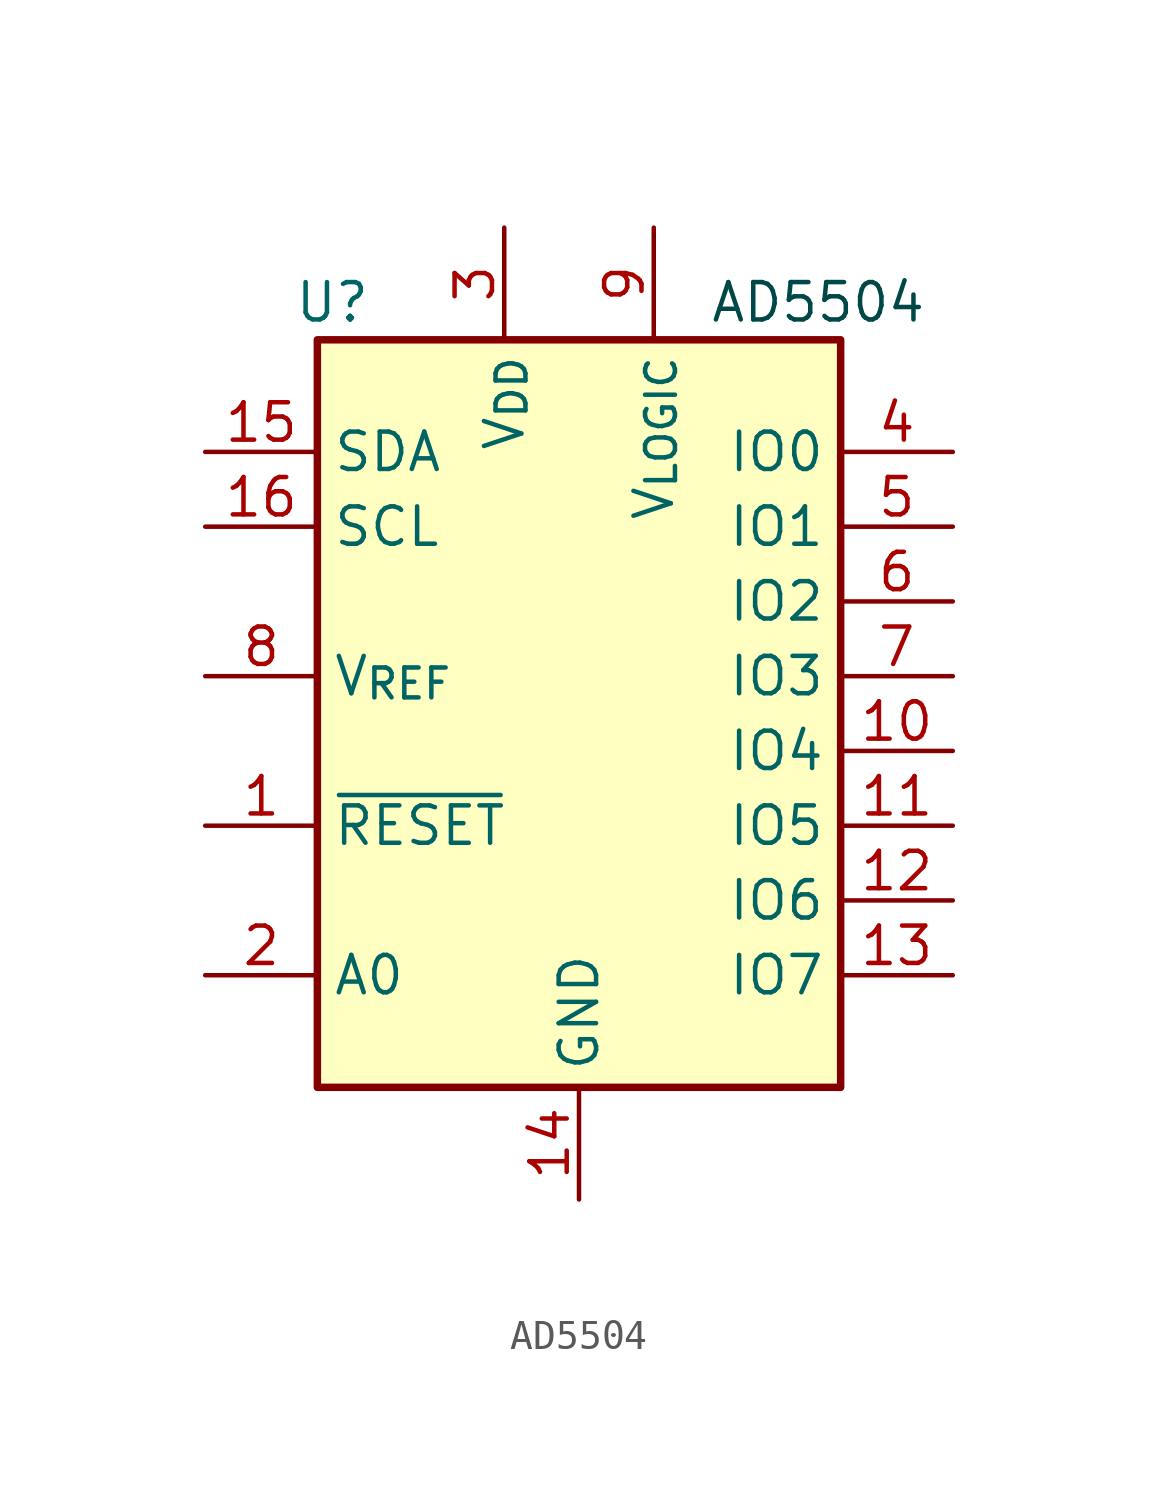
<source format=kicad_sym>
(kicad_symbol_lib
  (version 20231120)
  (generator "kicad_symbol_editor")
  (generator_version "8.0")
  (symbol "AD5504"
    (property "Reference" "U"
      (at -8.382 13.97 0)
      (effects (font (size 1.27 1.27))))
    (property "Value" ""
      (at 0 0 0)
      (effects (font (size 1.27 1.27))))
    (symbol "AD5504_0_1"
      (rectangle (start -8.89 12.7) (end 8.89 -12.7) (stroke (width 0.254) (type default)) (fill (type background))))
    (symbol "AD5504_1_1"
      (text "AD5504" (at 8.128 13.97 0) (effects (font (size 1.27 1.27) (color 0 72 72 1))))
      (pin input line (at -12.7 -3.81 0) (length 3.81) (name "~{RESET}" (effects (font (size 1.27 1.27)))) (number "1" (effects (font (size 1.27 1.27)))))
      (pin bidirectional line (at 12.7 -1.27 180) (length 3.81) (name "IO4" (effects (font (size 1.27 1.27)))) (number "10" (effects (font (size 1.27 1.27)))))
      (pin bidirectional line (at 12.7 -3.81 180) (length 3.81) (name "IO5" (effects (font (size 1.27 1.27)))) (number "11" (effects (font (size 1.27 1.27)))))
      (pin bidirectional line (at 12.7 -6.35 180) (length 3.81) (name "IO6" (effects (font (size 1.27 1.27)))) (number "12" (effects (font (size 1.27 1.27)))))
      (pin bidirectional line (at 12.7 -8.89 180) (length 3.81) (name "IO7" (effects (font (size 1.27 1.27)))) (number "13" (effects (font (size 1.27 1.27)))))
      (pin power_in line (at 0 -16.51 90) (length 3.81) (name "GND" (effects (font (size 1.27 1.27)))) (number "14" (effects (font (size 1.27 1.27)))))
      (pin bidirectional line (at -12.7 8.89 0) (length 3.81) (name "SDA" (effects (font (size 1.27 1.27)))) (number "15" (effects (font (size 1.27 1.27)))))
      (pin input line (at -12.7 6.35 0) (length 3.81) (name "SCL" (effects (font (size 1.27 1.27)))) (number "16" (effects (font (size 1.27 1.27)))))
      (pin input line (at -12.7 -8.89 0) (length 3.81) (name "A0" (effects (font (size 1.27 1.27)))) (number "2" (effects (font (size 1.27 1.27)))))
      (pin power_in line (at -2.54 16.51 270) (length 3.81) (name "V_{DD}" (effects (font (size 1.27 1.27)))) (number "3" (effects (font (size 1.27 1.27)))))
      (pin bidirectional line (at 12.7 8.89 180) (length 3.81) (name "IO0" (effects (font (size 1.27 1.27)))) (number "4" (effects (font (size 1.27 1.27)))))
      (pin bidirectional line (at 12.7 6.35 180) (length 3.81) (name "IO1" (effects (font (size 1.27 1.27)))) (number "5" (effects (font (size 1.27 1.27)))))
      (pin bidirectional line (at 12.7 3.81 180) (length 3.81) (name "IO2" (effects (font (size 1.27 1.27)))) (number "6" (effects (font (size 1.27 1.27)))))
      (pin bidirectional line (at 12.7 1.27 180) (length 3.81) (name "IO3" (effects (font (size 1.27 1.27)))) (number "7" (effects (font (size 1.27 1.27)))))
      (pin passive line (at -12.7 1.27 0) (length 3.81) (name "V_{REF}" (effects (font (size 1.27 1.27)))) (number "8" (effects (font (size 1.27 1.27)))))
      (pin power_in line (at 2.54 16.51 270) (length 3.81) (name "V_{LOGIC}" (effects (font (size 1.27 1.27)))) (number "9" (effects (font (size 1.27 1.27))))))))
</source>
